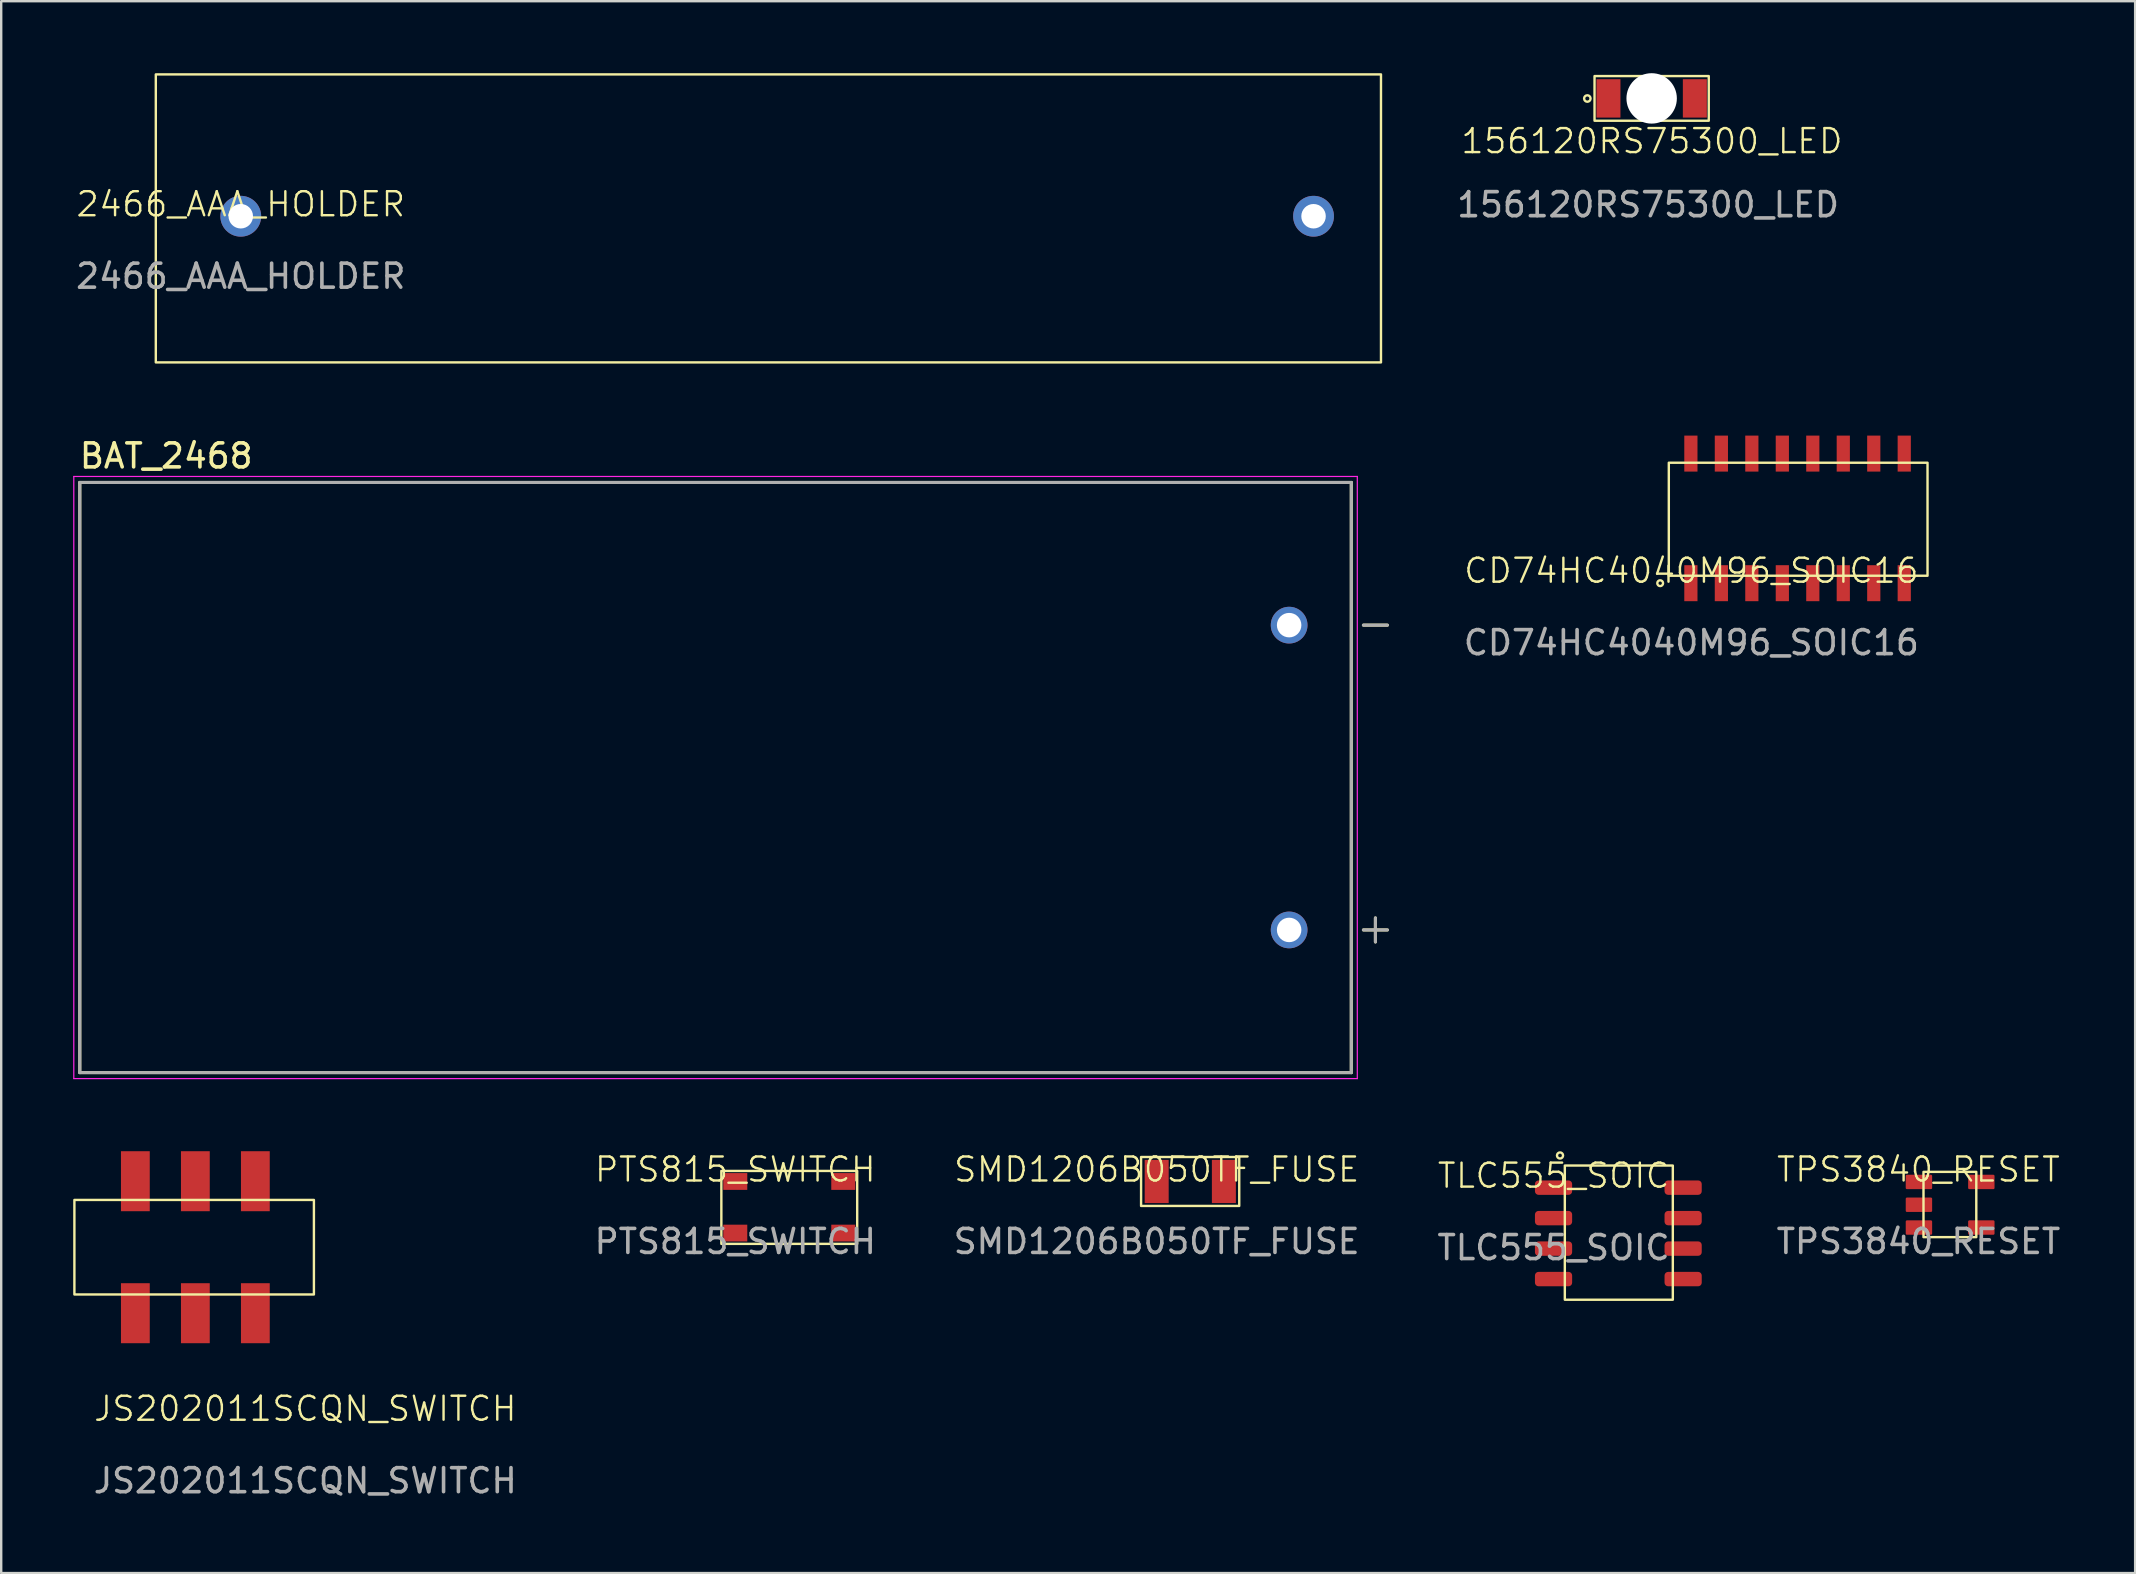
<source format=kicad_pcb>
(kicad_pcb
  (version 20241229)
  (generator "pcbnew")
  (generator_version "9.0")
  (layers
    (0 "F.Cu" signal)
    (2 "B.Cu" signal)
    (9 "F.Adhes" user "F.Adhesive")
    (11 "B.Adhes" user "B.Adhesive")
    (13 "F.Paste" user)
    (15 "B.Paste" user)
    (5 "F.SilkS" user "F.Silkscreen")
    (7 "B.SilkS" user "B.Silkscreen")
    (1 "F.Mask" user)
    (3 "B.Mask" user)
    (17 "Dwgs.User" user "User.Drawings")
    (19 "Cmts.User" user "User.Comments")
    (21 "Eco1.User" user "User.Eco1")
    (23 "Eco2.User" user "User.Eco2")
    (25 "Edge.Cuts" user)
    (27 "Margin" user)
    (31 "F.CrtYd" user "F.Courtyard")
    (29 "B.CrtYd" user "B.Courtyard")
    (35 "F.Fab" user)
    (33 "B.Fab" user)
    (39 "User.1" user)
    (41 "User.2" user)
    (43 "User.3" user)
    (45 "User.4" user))
  (footprint "TPS3840_RESET"
    (layer "F.Cu")
    (at 76.887 46.179)
    (property "Reference" "TPS3840_RESET" (at 0 -0.5 0) (unlocked yes) (layer "F.SilkS") (effects (font (size 1 1) (thickness 0.1))))
    (attr smd)
    (fp_rect (start 0.21 -0.4) (end 2.41 2.32) (stroke (width 0.1) (type default)) (fill no) (layer "F.SilkS"))
    (fp_text user "${REFERENCE}" (at 0 2.5 0) (unlocked yes) (layer "F.Fab") (effects (font (size 1 1) (thickness 0.15))))
    (pad "1" smd roundrect (at 0.02 0.02) (size 1.1 0.6) (layers "F.Cu" "F.Mask" "F.Paste") (roundrect_rratio 0.083))
    (pad "2" smd roundrect (at 0.02 0.97) (size 1.1 0.6) (layers "F.Cu" "F.Mask" "F.Paste") (roundrect_rratio 0.083))
    (pad "3" smd roundrect (at 0.02 1.92) (size 1.1 0.6) (layers "F.Cu" "F.Mask" "F.Paste") (roundrect_rratio 0.083))
    (pad "4" smd roundrect (at 2.62 1.92) (size 1.1 0.6) (layers "F.Cu" "F.Mask" "F.Paste") (roundrect_rratio 0.083))
    (pad "5" smd roundrect (at 2.62 0.02) (size 1.1 0.6) (layers "F.Cu" "F.Mask" "F.Paste") (roundrect_rratio 0.083)))
  (footprint "2466_AAA_HOLDER"
    (layer "F.Cu")
    (at 28.432 5.99)
    (property "Reference" "2466_AAA_HOLDER" (at -21.45 -0.53 0) (unlocked yes) (layer "F.SilkS") (effects (font (size 1 1) (thickness 0.1))))
    (attr through_hole)
    (fp_rect (start -24.99 -5.94) (end 26.06 6.06) (stroke (width 0.1) (type default)) (fill no) (layer "F.SilkS"))
    (fp_text user "${REFERENCE}" (at -21.45 2.47 0) (unlocked yes) (layer "F.Fab") (effects (font (size 1 1) (thickness 0.15))))
    (pad "1" thru_hole circle (at -21.45 -0.03) (size 1.7 1.7) (drill 1.02) (layers "*.Cu" "*.Mask"))
    (pad "2" thru_hole circle (at 23.25 -0.03) (size 1.7 1.7) (drill 1.02) (layers "*.Cu" "*.Mask")))
  (footprint "PTS815_SWITCH"
    (layer "F.Cu")
    (at 27.587 46.179)
    (property "Reference" "PTS815_SWITCH" (at 0 -0.5 0) (unlocked yes) (layer "F.SilkS") (effects (font (size 1 1) (thickness 0.1))))
    (attr smd)
    (fp_rect (start -0.58 -0.44) (end 5.08 2.6) (stroke (width 0.1) (type default)) (fill no) (layer "F.SilkS"))
    (fp_text user "${REFERENCE}" (at 0 2.5 0) (unlocked yes) (layer "F.Fab") (effects (font (size 1 1) (thickness 0.15))))
    (pad "1" smd rect (at 0 0) (size 1 0.7) (layers "F.Cu" "F.Mask" "F.Paste"))
    (pad "2" smd rect (at 4.5 0) (size 1 0.7) (layers "F.Cu" "F.Mask" "F.Paste"))
    (pad "3" smd rect (at 0 2.15) (size 1 0.7) (layers "F.Cu" "F.Mask" "F.Paste"))
    (pad "4" smd rect (at 4.5 2.15) (size 1 0.7) (layers "F.Cu" "F.Mask" "F.Paste")))
  (footprint "156120RS75300_LED"
    (layer "F.Cu")
    (at 65.77 1.05)
    (property "Reference" "156120RS75300_LED" (at 0.01 1.78 0) (unlocked yes) (layer "F.SilkS") (effects (font (size 1 1) (thickness 0.1))))
    (attr smd)
    (fp_rect (start -2.38 -0.93) (end 2.38 0.93) (stroke (width 0.1) (type default)) (fill no) (layer "F.SilkS"))
    (fp_circle (center -2.68 0.005) (end -2.59 0.105) (stroke (width 0.1) (type default)) (fill no) (layer "F.SilkS"))
    (fp_text user "${REFERENCE}" (at -0.15 4.43 0) (unlocked yes) (layer "F.Fab") (effects (font (size 1 1) (thickness 0.15))))
    (pad "" np_thru_hole circle (at 0 0) (size 2.1 2.1) (drill 2.1) (layers "*.Cu" "*.Mask"))
    (pad "1" smd rect (at -1.8 0) (size 1 1.6) (layers "F.Cu" "F.Mask" "F.Paste"))
    (pad "2" smd rect (at 1.8 0) (size 1 1.6) (layers "F.Cu" "F.Mask" "F.Paste")))
  (footprint "CD74HC4040M96_SOIC16"
    (layer "F.Cu")
    (at 67.425 21.23)
    (property "Reference" "CD74HC4040M96_SOIC16" (at 0 -0.5 0) (unlocked yes) (layer "F.SilkS") (effects (font (size 1 1) (thickness 0.1))))
    (attr smd)
    (fp_rect (start -0.94 -5) (end 9.84 -0.29) (stroke (width 0.1) (type default)) (fill no) (layer "F.SilkS"))
    (fp_circle (center -1.3 0.02) (end -1.21 0.1) (stroke (width 0.1) (type default)) (fill no) (layer "F.SilkS"))
    (fp_text user "${REFERENCE}" (at 0 2.5 0) (unlocked yes) (layer "F.Fab") (effects (font (size 1 1) (thickness 0.15))))
    (pad "1" smd rect (at -0.02 0.02) (size 0.55 1.5) (layers "F.Cu" "F.Mask" "F.Paste"))
    (pad "2" smd rect (at 1.25 0.02) (size 0.55 1.5) (layers "F.Cu" "F.Mask" "F.Paste"))
    (pad "3" smd rect (at 2.52 0.02) (size 0.55 1.5) (layers "F.Cu" "F.Mask" "F.Paste"))
    (pad "4" smd rect (at 3.79 0.02) (size 0.55 1.5) (layers "F.Cu" "F.Mask" "F.Paste"))
    (pad "5" smd rect (at 5.06 0.02) (size 0.55 1.5) (layers "F.Cu" "F.Mask" "F.Paste"))
    (pad "6" smd rect (at 6.33 0.02) (size 0.55 1.5) (layers "F.Cu" "F.Mask" "F.Paste"))
    (pad "7" smd rect (at 7.6 0.02) (size 0.55 1.5) (layers "F.Cu" "F.Mask" "F.Paste"))
    (pad "8" smd rect (at 8.87 0.02) (size 0.55 1.5) (layers "F.Cu" "F.Mask" "F.Paste"))
    (pad "9" smd rect (at 8.87 -5.38) (size 0.55 1.5) (layers "F.Cu" "F.Mask" "F.Paste"))
    (pad "10" smd rect (at 7.6 -5.38) (size 0.55 1.5) (layers "F.Cu" "F.Mask" "F.Paste"))
    (pad "11" smd rect (at 6.33 -5.38) (size 0.55 1.5) (layers "F.Cu" "F.Mask" "F.Paste"))
    (pad "12" smd rect (at 5.06 -5.38) (size 0.55 1.5) (layers "F.Cu" "F.Mask" "F.Paste"))
    (pad "13" smd rect (at 3.79 -5.38) (size 0.55 1.5) (layers "F.Cu" "F.Mask" "F.Paste"))
    (pad "14" smd rect (at 2.52 -5.38) (size 0.55 1.5) (layers "F.Cu" "F.Mask" "F.Paste"))
    (pad "15" smd rect (at 1.25 -5.38) (size 0.55 1.5) (layers "F.Cu" "F.Mask" "F.Paste"))
    (pad "16" smd rect (at -0.02 -5.38) (size 0.55 1.5) (layers "F.Cu" "F.Mask" "F.Paste")))
  (footprint "SMD1206B050TF_FUSE"
    (layer "F.Cu")
    (at 45.146 46.179)
    (property "Reference" "SMD1206B050TF_FUSE" (at 0 -0.5 0) (unlocked yes) (layer "F.SilkS") (effects (font (size 1 1) (thickness 0.1))))
    (attr through_hole)
    (fp_rect (start -0.65 -1.02) (end 3.44 1.02) (stroke (width 0.1) (type default)) (fill no) (layer "F.SilkS"))
    (fp_text user "${REFERENCE}" (at 0 2.5 0) (unlocked yes) (layer "F.Fab") (effects (font (size 1 1) (thickness 0.15))))
    (pad "1" smd rect (at 0 0) (size 1 1.8) (layers "F.Cu" "F.Mask" "F.Paste"))
    (pad "2" smd rect (at 2.8 0) (size 1 1.8) (layers "F.Cu" "F.Mask" "F.Paste")))
  (footprint "TLC555_SOIC"
    (layer "F.Cu")
    (at 61.682 46.436)
    (property "Reference" "TLC555_SOIC" (at 0 -0.5 0) (unlocked yes) (layer "F.SilkS") (effects (font (size 1 1) (thickness 0.1))))
    (attr smd)
    (fp_rect (start 0.47 -0.92) (end 4.97 4.67) (stroke (width 0.1) (type default)) (fill no) (layer "F.SilkS"))
    (fp_circle (center 0.27 -1.34) (end 0.36 -1.25) (stroke (width 0.1) (type default)) (fill no) (layer "F.SilkS"))
    (fp_text user "${REFERENCE}" (at 0 2.5 0) (unlocked yes) (layer "F.Fab") (effects (font (size 1 1) (thickness 0.15))))
    (pad "1" smd roundrect (at 0 0) (size 1.55 0.6) (layers "F.Cu" "F.Mask" "F.Paste") (roundrect_rratio 0.25))
    (pad "2" smd roundrect (at 0 1.27) (size 1.55 0.6) (layers "F.Cu" "F.Mask" "F.Paste") (roundrect_rratio 0.25))
    (pad "3" smd roundrect (at 0 2.54) (size 1.55 0.6) (layers "F.Cu" "F.Mask" "F.Paste") (roundrect_rratio 0.25))
    (pad "4" smd roundrect (at 0 3.81) (size 1.55 0.6) (layers "F.Cu" "F.Mask" "F.Paste") (roundrect_rratio 0.25))
    (pad "5" smd roundrect (at 5.4 3.81) (size 1.55 0.6) (layers "F.Cu" "F.Mask" "F.Paste") (roundrect_rratio 0.25))
    (pad "6" smd roundrect (at 5.4 2.54) (size 1.55 0.6) (layers "F.Cu" "F.Mask" "F.Paste") (roundrect_rratio 0.25))
    (pad "7" smd roundrect (at 5.4 1.27) (size 1.55 0.6) (layers "F.Cu" "F.Mask" "F.Paste") (roundrect_rratio 0.25))
    (pad "8" smd roundrect (at 5.4 0) (size 1.55 0.6) (layers "F.Cu" "F.Mask" "F.Paste") (roundrect_rratio 0.25)))
  (footprint "JS202011SCQN_SWITCH"
    (layer "F.Cu")
    (at 5.04 48.958)
    (property "Reference" "JS202011SCQN_SWITCH" (at 4.63 6.69 0) (unlocked yes) (layer "F.SilkS") (effects (font (size 1 1) (thickness 0.1))))
    (attr smd)
    (fp_rect (start -4.99 -2.01) (end 4.99 1.93) (stroke (width 0.1) (type default)) (fill no) (layer "F.SilkS"))
    (fp_text user "${REFERENCE}" (at 4.63 9.69 0) (unlocked yes) (layer "F.Fab") (effects (font (size 1 1) (thickness 0.15))))
    (pad "1" smd rect (at -2.45 2.71) (size 1.2 2.5) (layers "F.Cu" "F.Mask" "F.Paste"))
    (pad "2" smd rect (at 0.05 2.71) (size 1.2 2.5) (layers "F.Cu" "F.Mask" "F.Paste"))
    (pad "3" smd rect (at 2.55 2.71) (size 1.2 2.5) (layers "F.Cu" "F.Mask" "F.Paste"))
    (pad "4" smd rect (at -2.45 -2.79) (size 1.2 2.5) (layers "F.Cu" "F.Mask" "F.Paste"))
    (pad "5" smd rect (at 0.05 -2.79) (size 1.2 2.5) (layers "F.Cu" "F.Mask" "F.Paste"))
    (pad "6" smd rect (at 2.55 -2.79) (size 1.2 2.5) (layers "F.Cu" "F.Mask" "F.Paste")))
  (footprint "BAT_2468"
    (layer "F.Cu")
    (at 26.765 29.348)
    (property "Reference" "BAT_2468" (at -22.89 -13.4 0) (layer "F.SilkS") (effects (font (size 1 1) (thickness 0.15))))
    (attr through_hole)
    (fp_line (start -26.49 -12.295) (end 26.49 -12.295) (stroke (width 0.127) (type solid)) (layer "F.SilkS"))
    (fp_line (start -26.49 12.295) (end -26.49 -12.295) (stroke (width 0.127) (type solid)) (layer "F.SilkS"))
    (fp_line (start 26.49 -12.295) (end 26.49 12.295) (stroke (width 0.127) (type solid)) (layer "F.SilkS"))
    (fp_line (start 26.49 12.295) (end -26.49 12.295) (stroke (width 0.127) (type solid)) (layer "F.SilkS"))
    (fp_line (start 26.995 -6.35) (end 27.995 -6.35) (stroke (width 0.127) (type solid)) (layer "F.SilkS"))
    (fp_line (start 26.995 6.35) (end 27.995 6.35) (stroke (width 0.127) (type solid)) (layer "F.SilkS"))
    (fp_line (start 27.495 5.85) (end 27.495 6.85) (stroke (width 0.127) (type solid)) (layer "F.SilkS"))
    (fp_line (start -26.74 -12.545) (end 26.74 -12.545) (stroke (width 0.05) (type solid)) (layer "F.CrtYd"))
    (fp_line (start -26.74 12.545) (end -26.74 -12.545) (stroke (width 0.05) (type solid)) (layer "F.CrtYd"))
    (fp_line (start 26.74 -12.545) (end 26.74 12.545) (stroke (width 0.05) (type solid)) (layer "F.CrtYd"))
    (fp_line (start 26.74 12.545) (end -26.74 12.545) (stroke (width 0.05) (type solid)) (layer "F.CrtYd"))
    (fp_line (start -26.49 -12.295) (end 26.49 -12.295) (stroke (width 0.127) (type solid)) (layer "F.Fab"))
    (fp_line (start -26.49 12.295) (end -26.49 -12.295) (stroke (width 0.127) (type solid)) (layer "F.Fab"))
    (fp_line (start 26.49 -12.295) (end 26.49 12.295) (stroke (width 0.127) (type solid)) (layer "F.Fab"))
    (fp_line (start 26.49 12.295) (end -26.49 12.295) (stroke (width 0.127) (type solid)) (layer "F.Fab"))
    (fp_line (start 26.995 -6.35) (end 27.995 -6.35) (stroke (width 0.127) (type solid)) (layer "F.Fab"))
    (fp_line (start 26.995 6.35) (end 27.995 6.35) (stroke (width 0.127) (type solid)) (layer "F.Fab"))
    (fp_line (start 27.495 5.85) (end 27.495 6.85) (stroke (width 0.127) (type solid)) (layer "F.Fab"))
    (pad "N" thru_hole circle (at 23.9 -6.35) (size 1.53 1.53) (drill 1.02) (layers "*.Cu" "*.Mask"))
    (pad "P" thru_hole circle (at 23.9 6.35) (size 1.53 1.53) (drill 1.02) (layers "*.Cu" "*.Mask")))
  (gr_rect
    (start -3 -3)
    (end 85.916 62.496)
    (stroke (width 0.1) (type default))
    (fill no)
    (layer "Edge.Cuts")))
</source>
